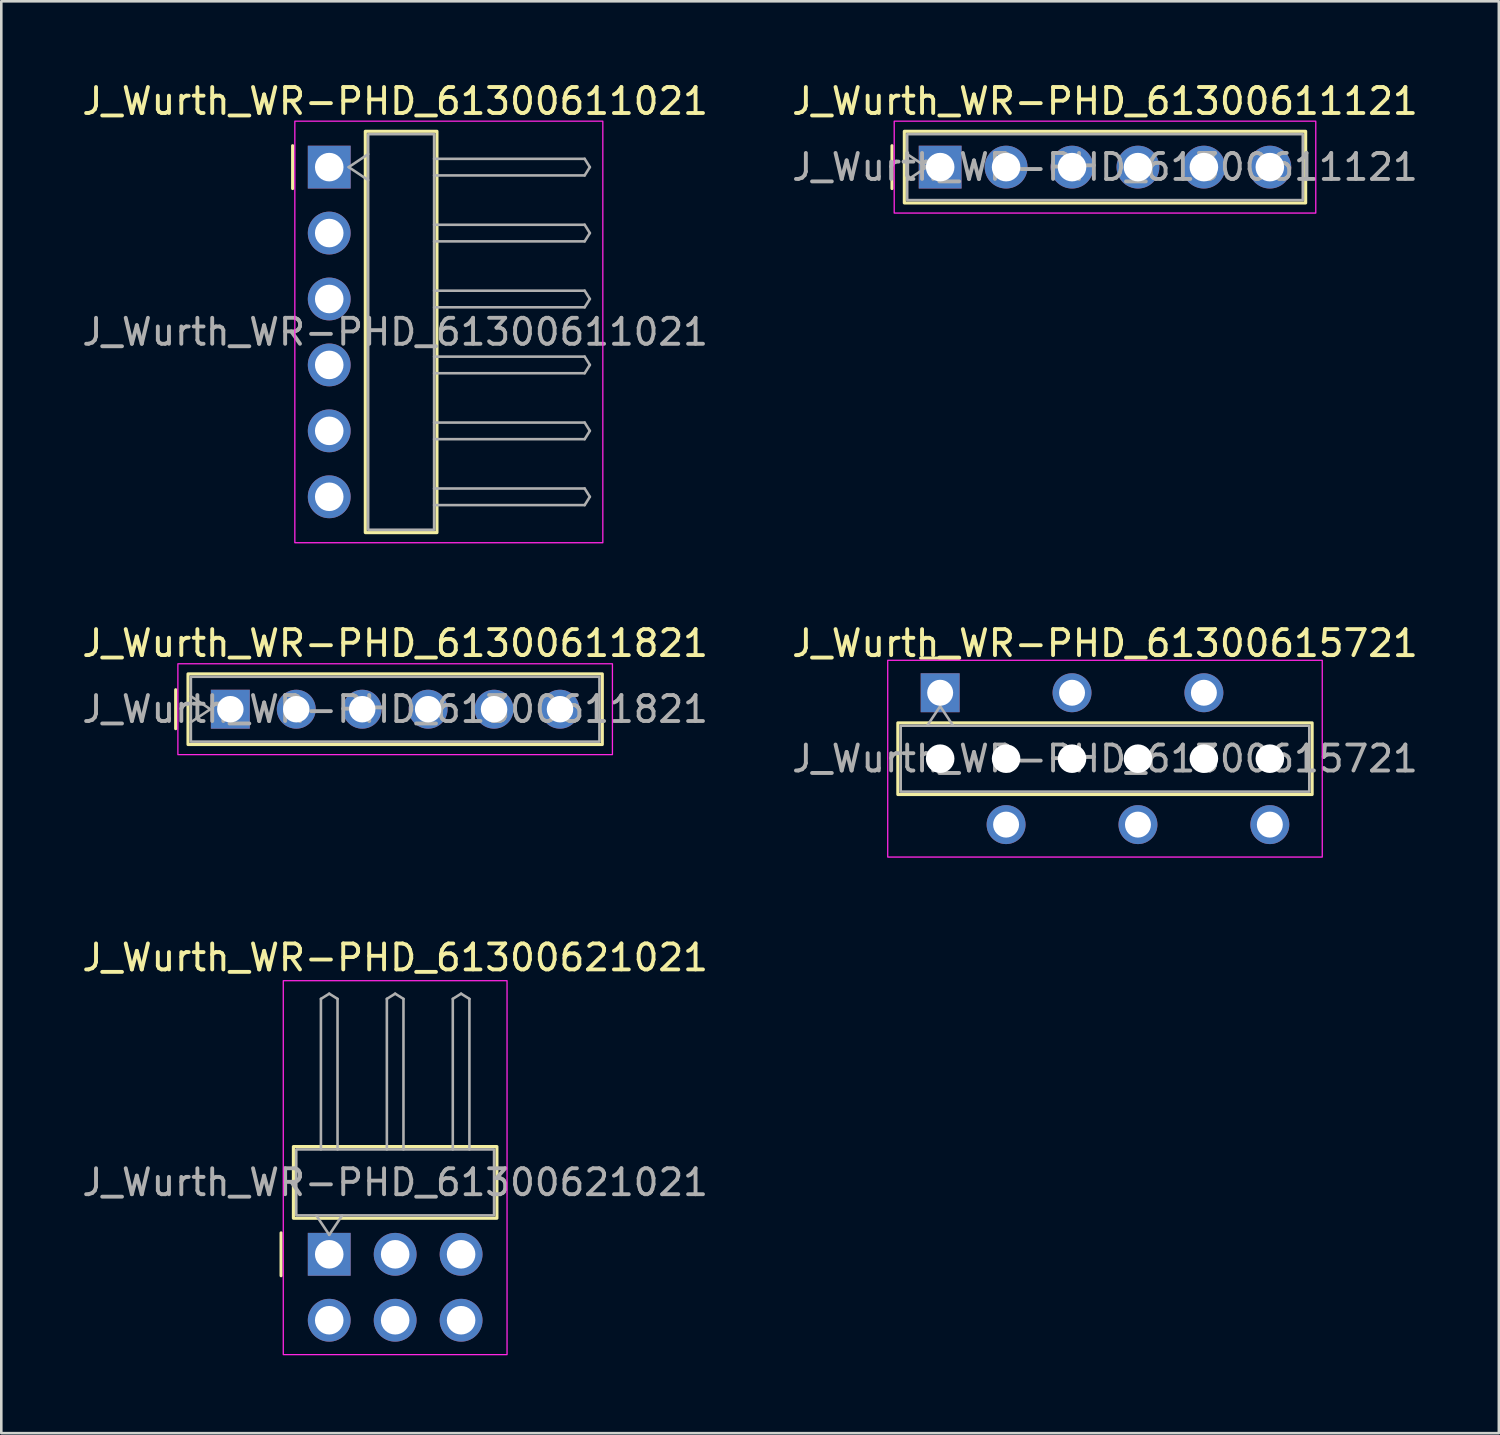
<source format=kicad_pcb>
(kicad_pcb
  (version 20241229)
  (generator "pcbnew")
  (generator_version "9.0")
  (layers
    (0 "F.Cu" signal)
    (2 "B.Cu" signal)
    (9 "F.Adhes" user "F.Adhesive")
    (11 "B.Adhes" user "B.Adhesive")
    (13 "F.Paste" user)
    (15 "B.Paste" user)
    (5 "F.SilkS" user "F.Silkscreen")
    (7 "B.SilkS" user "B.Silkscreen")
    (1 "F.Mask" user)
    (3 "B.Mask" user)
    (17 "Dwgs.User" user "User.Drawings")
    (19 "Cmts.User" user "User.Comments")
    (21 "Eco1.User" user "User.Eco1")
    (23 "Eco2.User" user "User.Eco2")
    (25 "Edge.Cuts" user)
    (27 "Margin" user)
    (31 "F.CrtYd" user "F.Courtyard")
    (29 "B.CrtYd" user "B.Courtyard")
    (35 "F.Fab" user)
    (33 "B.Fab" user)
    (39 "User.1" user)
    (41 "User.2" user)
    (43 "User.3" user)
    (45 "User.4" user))
  (footprint "J_Wurth_WR-PHD_61300615721"
    (layer "F.Cu")
    (at 33.168 23.637)
    (property "Reference" "J_Wurth_WR-PHD_61300615721" (at 6.35 -1.905 0) (unlocked yes) (layer "F.SilkS") (effects (font (size 1 1) (thickness 0.15))))
    (attr through_hole)
    (fp_line (start -0.75 -1.335) (end 0.75 -1.335) (stroke (width 0.12) (type solid)) (layer "F.SilkS"))
    (fp_rect (start -1.63 1.16) (end 14.33 3.92) (stroke (width 0.12) (type solid)) (fill no) (layer "F.SilkS"))
    (fp_rect (start -2.02 -1.25) (end 14.72 6.33) (stroke (width 0.05) (type solid)) (fill no) (layer "F.CrtYd"))
    (fp_line (start -0.5 1.27) (end 0 0.52) (stroke (width 0.1) (type solid)) (layer "F.Fab"))
    (fp_line (start 0 0.52) (end 0.5 1.27) (stroke (width 0.1) (type solid)) (layer "F.Fab"))
    (fp_rect (start -1.52 1.27) (end 14.22 3.81) (stroke (width 0.1) (type solid)) (fill no) (layer "F.Fab"))
    (fp_text user "${REFERENCE}" (at 6.35 2.54 0) (unlocked yes) (layer "F.Fab") (effects (font (size 1 1) (thickness 0.15))))
    (pad "" np_thru_hole circle (at 0 2.54) (size 1.1 1.1) (drill 1.1) (layers "*.Cu" "*.Mask"))
    (pad "" np_thru_hole circle (at 2.54 2.54) (size 1.1 1.1) (drill 1.1) (layers "*.Cu" "*.Mask"))
    (pad "" np_thru_hole circle (at 5.08 2.54) (size 1.1 1.1) (drill 1.1) (layers "*.Cu" "*.Mask"))
    (pad "" np_thru_hole circle (at 7.62 2.54) (size 1.1 1.1) (drill 1.1) (layers "*.Cu" "*.Mask"))
    (pad "" np_thru_hole circle (at 10.16 2.54) (size 1.1 1.1) (drill 1.1) (layers "*.Cu" "*.Mask"))
    (pad "" np_thru_hole circle (at 12.7 2.54) (size 1.1 1.1) (drill 1.1) (layers "*.Cu" "*.Mask"))
    (pad "1" thru_hole rect (at 0 0) (size 1.5 1.5) (drill 1) (layers "*.Cu" "*.Mask"))
    (pad "2" thru_hole circle (at 2.54 5.08) (size 1.5 1.5) (drill 1) (layers "*.Cu" "*.Mask"))
    (pad "3" thru_hole circle (at 5.08 0) (size 1.5 1.5) (drill 1) (layers "*.Cu" "*.Mask"))
    (pad "4" thru_hole circle (at 7.62 5.08) (size 1.5 1.5) (drill 1) (layers "*.Cu" "*.Mask"))
    (pad "5" thru_hole circle (at 10.16 0) (size 1.5 1.5) (drill 1) (layers "*.Cu" "*.Mask"))
    (pad "6" thru_hole circle (at 12.7 5.08) (size 1.5 1.5) (drill 1) (layers "*.Cu" "*.Mask")))
  (footprint "J_Wurth_WR-PHD_61300611821"
    (layer "F.Cu")
    (at 5.823 24.271)
    (property "Reference" "J_Wurth_WR-PHD_61300611821" (at 6.35 -2.54 0) (unlocked yes) (layer "F.SilkS") (effects (font (size 1 1) (thickness 0.15))))
    (attr through_hole)
    (fp_line (start -2.105 -0.75) (end -2.105 0.75) (stroke (width 0.12) (type solid)) (layer "F.SilkS"))
    (fp_rect (start -1.63 -1.36) (end 14.33 1.36) (stroke (width 0.12) (type solid)) (fill no) (layer "F.SilkS"))
    (fp_rect (start -2.02 -1.75) (end 14.72 1.75) (stroke (width 0.05) (type solid)) (fill no) (layer "F.CrtYd"))
    (fp_line (start -1.52 -0.5) (end -0.77 0) (stroke (width 0.1) (type solid)) (layer "F.Fab"))
    (fp_line (start -0.77 0) (end -1.52 0.5) (stroke (width 0.1) (type solid)) (layer "F.Fab"))
    (fp_rect (start -1.52 -1.25) (end 14.22 1.25) (stroke (width 0.1) (type solid)) (fill no) (layer "F.Fab"))
    (fp_text user "${REFERENCE}" (at 6.35 0 0) (unlocked yes) (layer "F.Fab") (effects (font (size 1 1) (thickness 0.15))))
    (pad "1" thru_hole rect (at 0 0) (size 1.5 1.5) (drill 1.02) (layers "*.Cu" "*.Mask"))
    (pad "2" thru_hole circle (at 2.54 0) (size 1.5 1.5) (drill 1.02) (layers "*.Cu" "*.Mask"))
    (pad "3" thru_hole circle (at 5.08 0) (size 1.5 1.5) (drill 1.02) (layers "*.Cu" "*.Mask"))
    (pad "4" thru_hole circle (at 7.62 0) (size 1.5 1.5) (drill 1.02) (layers "*.Cu" "*.Mask"))
    (pad "5" thru_hole circle (at 10.16 0) (size 1.5 1.5) (drill 1.02) (layers "*.Cu" "*.Mask"))
    (pad "6" thru_hole circle (at 12.7 0) (size 1.5 1.5) (drill 1.02) (layers "*.Cu" "*.Mask")))
  (footprint "J_Wurth_WR-PHD_61300621021"
    (layer "F.Cu")
    (at 9.633 45.27)
    (property "Reference" "J_Wurth_WR-PHD_61300621021" (at 2.54 -11.43 0) (unlocked yes) (layer "F.SilkS") (effects (font (size 1 1) (thickness 0.15))))
    (attr through_hole)
    (fp_line (start -1.855 -0.825) (end -1.855 0.825) (stroke (width 0.12) (type solid)) (layer "F.SilkS"))
    (fp_rect (start -1.38 -4.15) (end 6.46 -1.39) (stroke (width 0.12) (type solid)) (fill no) (layer "F.SilkS"))
    (fp_rect (start -1.77 -10.54) (end 6.85 3.865) (stroke (width 0.05) (type solid)) (fill no) (layer "F.CrtYd"))
    (fp_line (start -0.32 -9.84) (end -0.32 -4.04) (stroke (width 0.1) (type solid)) (layer "F.Fab"))
    (fp_line (start 0 -10.04) (end -0.32 -9.84) (stroke (width 0.1) (type solid)) (layer "F.Fab"))
    (fp_line (start 0 -0.75) (end -0.5 -1.5) (stroke (width 0.1) (type solid)) (layer "F.Fab"))
    (fp_line (start 0 -0.75) (end 0.5 -1.5) (stroke (width 0.1) (type solid)) (layer "F.Fab"))
    (fp_line (start 0.32 -9.84) (end 0 -10.04) (stroke (width 0.1) (type default)) (layer "F.Fab"))
    (fp_line (start 0.32 -4.04) (end 0.32 -9.84) (stroke (width 0.1) (type solid)) (layer "F.Fab"))
    (fp_line (start 2.22 -9.84) (end 2.22 -4.04) (stroke (width 0.1) (type solid)) (layer "F.Fab"))
    (fp_line (start 2.54 -10.04) (end 2.22 -9.84) (stroke (width 0.1) (type solid)) (layer "F.Fab"))
    (fp_line (start 2.86 -9.84) (end 2.54 -10.04) (stroke (width 0.1) (type default)) (layer "F.Fab"))
    (fp_line (start 2.86 -4.04) (end 2.86 -9.84) (stroke (width 0.1) (type solid)) (layer "F.Fab"))
    (fp_line (start 4.76 -9.84) (end 4.76 -4.04) (stroke (width 0.1) (type solid)) (layer "F.Fab"))
    (fp_line (start 5.08 -10.04) (end 4.76 -9.84) (stroke (width 0.1) (type solid)) (layer "F.Fab"))
    (fp_line (start 5.4 -9.84) (end 5.08 -10.04) (stroke (width 0.1) (type default)) (layer "F.Fab"))
    (fp_line (start 5.4 -4.04) (end 5.4 -9.84) (stroke (width 0.1) (type solid)) (layer "F.Fab"))
    (fp_rect (start -1.27 -4.04) (end 6.35 -1.5) (stroke (width 0.1) (type solid)) (fill no) (layer "F.Fab"))
    (fp_text user "${REFERENCE}" (at 2.54 -2.77 0) (unlocked yes) (layer "F.Fab") (effects (font (size 1 1) (thickness 0.15))))
    (pad "1" thru_hole rect (at 0 0 270) (size 1.65 1.65) (drill 1.1) (layers "*.Cu" "*.Mask"))
    (pad "2" thru_hole circle (at 0 2.54 180) (size 1.65 1.65) (drill 1.1) (layers "*.Cu" "*.Mask"))
    (pad "3" thru_hole circle (at 2.54 0 180) (size 1.65 1.65) (drill 1.1) (layers "*.Cu" "*.Mask"))
    (pad "4" thru_hole circle (at 2.54 2.54 180) (size 1.65 1.65) (drill 1.1) (layers "*.Cu" "*.Mask"))
    (pad "5" thru_hole circle (at 5.08 0 180) (size 1.65 1.65) (drill 1.1) (layers "*.Cu" "*.Mask"))
    (pad "6" thru_hole circle (at 5.08 2.54 180) (size 1.65 1.65) (drill 1.1) (layers "*.Cu" "*.Mask")))
  (footprint "J_Wurth_WR-PHD_61300611021"
    (layer "F.Cu")
    (at 9.633 3.388)
    (property "Reference" "J_Wurth_WR-PHD_61300611021" (at 2.54 -2.54 0) (unlocked yes) (layer "F.SilkS") (effects (font (size 1 1) (thickness 0.15))))
    (attr through_hole)
    (fp_line (start -1.41 -0.825) (end -1.41 0.825) (stroke (width 0.12) (type solid)) (layer "F.SilkS"))
    (fp_rect (start 1.39 -1.38) (end 4.15 14.08) (stroke (width 0.12) (type solid)) (fill no) (layer "F.SilkS"))
    (fp_rect (start -1.325 -1.77) (end 10.54 14.47) (stroke (width 0.05) (type solid)) (fill no) (layer "F.CrtYd"))
    (fp_line (start 0.75 0) (end 1.5 -0.5) (stroke (width 0.1) (type solid)) (layer "F.Fab"))
    (fp_line (start 0.75 0) (end 1.5 0.5) (stroke (width 0.1) (type solid)) (layer "F.Fab"))
    (fp_line (start 4.04 0.32) (end 9.84 0.32) (stroke (width 0.1) (type solid)) (layer "F.Fab"))
    (fp_line (start 4.04 2.86) (end 9.84 2.86) (stroke (width 0.1) (type solid)) (layer "F.Fab"))
    (fp_line (start 4.04 5.4) (end 9.84 5.4) (stroke (width 0.1) (type solid)) (layer "F.Fab"))
    (fp_line (start 4.04 7.94) (end 9.84 7.94) (stroke (width 0.1) (type solid)) (layer "F.Fab"))
    (fp_line (start 4.04 10.48) (end 9.84 10.48) (stroke (width 0.1) (type solid)) (layer "F.Fab"))
    (fp_line (start 4.04 13.02) (end 9.84 13.02) (stroke (width 0.1) (type solid)) (layer "F.Fab"))
    (fp_line (start 9.84 -0.32) (end 4.04 -0.32) (stroke (width 0.1) (type solid)) (layer "F.Fab"))
    (fp_line (start 9.84 0.32) (end 10.04 0) (stroke (width 0.1) (type default)) (layer "F.Fab"))
    (fp_line (start 9.84 2.22) (end 4.04 2.22) (stroke (width 0.1) (type solid)) (layer "F.Fab"))
    (fp_line (start 9.84 2.86) (end 10.04 2.54) (stroke (width 0.1) (type default)) (layer "F.Fab"))
    (fp_line (start 9.84 4.76) (end 4.04 4.76) (stroke (width 0.1) (type solid)) (layer "F.Fab"))
    (fp_line (start 9.84 5.4) (end 10.04 5.08) (stroke (width 0.1) (type default)) (layer "F.Fab"))
    (fp_line (start 9.84 7.3) (end 4.04 7.3) (stroke (width 0.1) (type solid)) (layer "F.Fab"))
    (fp_line (start 9.84 7.94) (end 10.04 7.62) (stroke (width 0.1) (type default)) (layer "F.Fab"))
    (fp_line (start 9.84 9.84) (end 4.04 9.84) (stroke (width 0.1) (type solid)) (layer "F.Fab"))
    (fp_line (start 9.84 10.48) (end 10.04 10.16) (stroke (width 0.1) (type solid)) (layer "F.Fab"))
    (fp_line (start 9.84 12.38) (end 4.04 12.38) (stroke (width 0.1) (type solid)) (layer "F.Fab"))
    (fp_line (start 9.84 13.02) (end 10.04 12.7) (stroke (width 0.1) (type solid)) (layer "F.Fab"))
    (fp_line (start 10.04 0) (end 9.84 -0.32) (stroke (width 0.1) (type solid)) (layer "F.Fab"))
    (fp_line (start 10.04 2.54) (end 9.84 2.22) (stroke (width 0.1) (type solid)) (layer "F.Fab"))
    (fp_line (start 10.04 5.08) (end 9.84 4.76) (stroke (width 0.1) (type solid)) (layer "F.Fab"))
    (fp_line (start 10.04 7.62) (end 9.84 7.3) (stroke (width 0.1) (type solid)) (layer "F.Fab"))
    (fp_line (start 10.04 10.16) (end 9.84 9.84) (stroke (width 0.1) (type solid)) (layer "F.Fab"))
    (fp_line (start 10.04 12.7) (end 9.84 12.38) (stroke (width 0.1) (type solid)) (layer "F.Fab"))
    (fp_rect (start 1.5 -1.27) (end 4.04 13.97) (stroke (width 0.1) (type solid)) (fill no) (layer "F.Fab"))
    (fp_text user "${REFERENCE}" (at 2.54 6.35 0) (unlocked yes) (layer "F.Fab") (effects (font (size 1 1) (thickness 0.15))))
    (pad "1" thru_hole rect (at 0 0 90) (size 1.65 1.65) (drill 1.1) (layers "*.Cu" "*.Mask"))
    (pad "2" thru_hole circle (at 0 2.54 90) (size 1.65 1.65) (drill 1.1) (layers "*.Cu" "*.Mask"))
    (pad "3" thru_hole circle (at 0 5.08 90) (size 1.65 1.65) (drill 1.1) (layers "*.Cu" "*.Mask"))
    (pad "4" thru_hole circle (at 0 7.62 90) (size 1.65 1.65) (drill 1.1) (layers "*.Cu" "*.Mask"))
    (pad "5" thru_hole circle (at 0 10.16 90) (size 1.65 1.65) (drill 1.1) (layers "*.Cu" "*.Mask"))
    (pad "6" thru_hole circle (at 0 12.7 90) (size 1.65 1.65) (drill 1.1) (layers "*.Cu" "*.Mask")))
  (footprint "J_Wurth_WR-PHD_61300611121"
    (layer "F.Cu")
    (at 33.168 3.388)
    (property "Reference" "J_Wurth_WR-PHD_61300611121" (at 6.35 -2.54 0) (unlocked yes) (layer "F.SilkS") (effects (font (size 1 1) (thickness 0.15))))
    (attr through_hole)
    (fp_line (start -1.855 -0.825) (end -1.855 0.825) (stroke (width 0.12) (type solid)) (layer "F.SilkS"))
    (fp_rect (start -1.38 -1.38) (end 14.08 1.38) (stroke (width 0.12) (type solid)) (fill no) (layer "F.SilkS"))
    (fp_rect (start -1.77 -1.77) (end 14.47 1.77) (stroke (width 0.05) (type solid)) (fill no) (layer "F.CrtYd"))
    (fp_line (start -1.27 -0.5) (end -0.52 0) (stroke (width 0.1) (type solid)) (layer "F.Fab"))
    (fp_line (start -0.52 0) (end -1.27 0.5) (stroke (width 0.1) (type solid)) (layer "F.Fab"))
    (fp_rect (start -1.27 -1.27) (end 13.97 1.27) (stroke (width 0.1) (type solid)) (fill no) (layer "F.Fab"))
    (fp_text user "${REFERENCE}" (at 6.35 0 0) (unlocked yes) (layer "F.Fab") (effects (font (size 1 1) (thickness 0.15))))
    (pad "1" thru_hole rect (at 0 0) (size 1.65 1.65) (drill 1.1) (layers "*.Cu" "*.Mask"))
    (pad "2" thru_hole circle (at 2.54 0) (size 1.65 1.65) (drill 1.1) (layers "*.Cu" "*.Mask"))
    (pad "3" thru_hole circle (at 5.08 0) (size 1.65 1.65) (drill 1.1) (layers "*.Cu" "*.Mask"))
    (pad "4" thru_hole circle (at 7.62 0) (size 1.65 1.65) (drill 1.1) (layers "*.Cu" "*.Mask"))
    (pad "5" thru_hole circle (at 10.16 0) (size 1.65 1.65) (drill 1.1) (layers "*.Cu" "*.Mask"))
    (pad "6" thru_hole circle (at 12.7 0) (size 1.65 1.65) (drill 1.1) (layers "*.Cu" "*.Mask")))
  (gr_rect
    (start -3 -3)
    (end 54.69 52.16)
    (stroke (width 0.1) (type default))
    (fill no)
    (layer "Edge.Cuts")))
</source>
